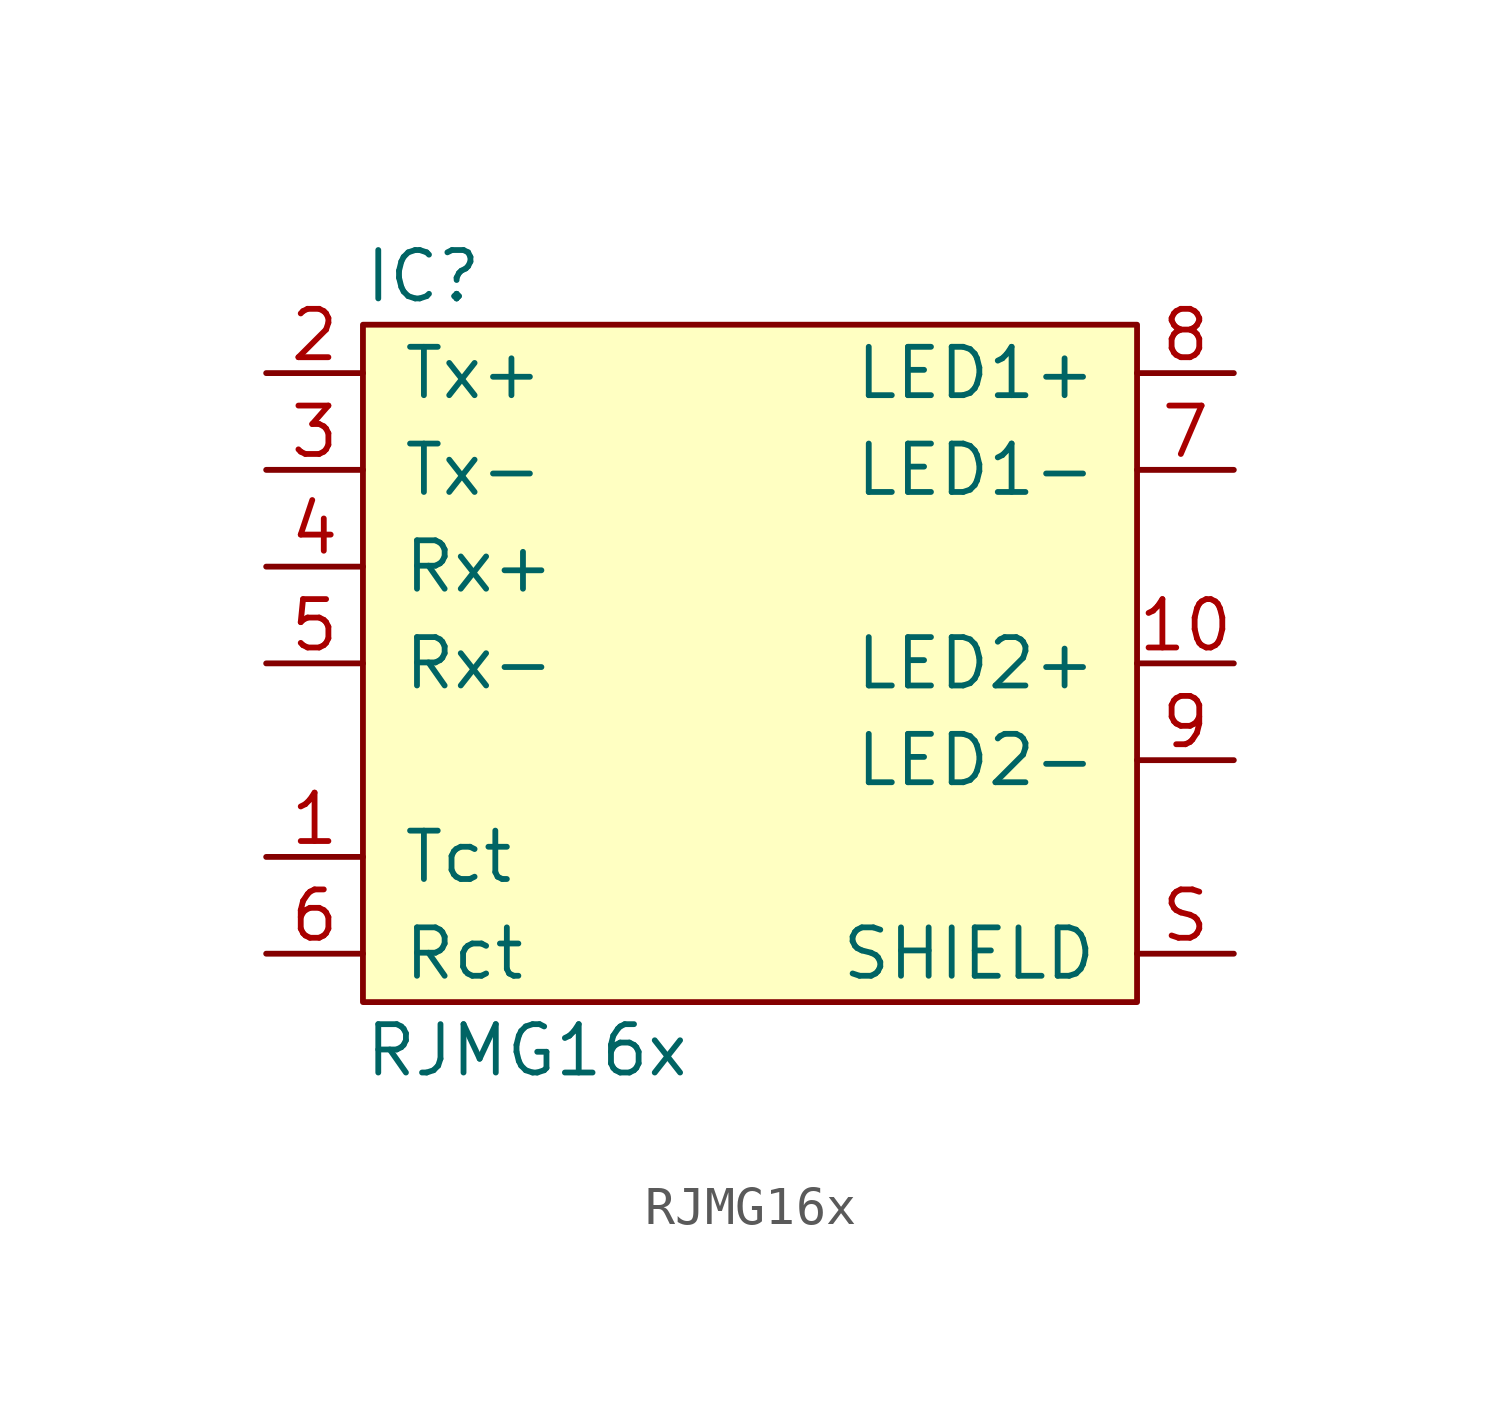
<source format=kicad_sym>
(kicad_symbol_lib
  (version 20211014)
  (generator agg_kicad.build_lib_ic)
  (symbol "RJMG16x"
    (pin_names
      (offset 1.016))
    (property Reference IC
      (at -10.16 10.16 0)
      (effects (font (size 1.27 1.27)) (justify left)))
    (property Value "RJMG16x"
      (at -10.16 -10.16 0)
      (effects (font (size 1.27 1.27)) (justify left)))
    (symbol "RJMG16x_0_0"
      (rectangle (start -10.16 8.89) (end 10.16 -8.89) (stroke (width 0) (type default) (color 0 0 0 0)) (fill (type background)))
      (pin passive line (at -12.7 7.62 0) (length 2.54) (name "Tx+" (effects (font (size 1.27 1.27)))) (number "2" (effects (font (size 1.27 1.27)))))
      (pin passive line (at -12.7 5.08 0) (length 2.54) (name "Tx-" (effects (font (size 1.27 1.27)))) (number "3" (effects (font (size 1.27 1.27)))))
      (pin passive line (at -12.7 2.54 0) (length 2.54) (name "Rx+" (effects (font (size 1.27 1.27)))) (number "4" (effects (font (size 1.27 1.27)))))
      (pin passive line (at -12.7 0 0) (length 2.54) (name "Rx-" (effects (font (size 1.27 1.27)))) (number "5" (effects (font (size 1.27 1.27)))))
      (pin passive line (at -12.7 -5.08 0) (length 2.54) (name Tct (effects (font (size 1.27 1.27)))) (number "1" (effects (font (size 1.27 1.27)))))
      (pin passive line (at -12.7 -7.62 0) (length 2.54) (name Rct (effects (font (size 1.27 1.27)))) (number "6" (effects (font (size 1.27 1.27)))))
      (pin passive line (at 12.7 7.62 180) (length 2.54) (name "LED1+" (effects (font (size 1.27 1.27)))) (number "8" (effects (font (size 1.27 1.27)))))
      (pin passive line (at 12.7 5.08 180) (length 2.54) (name "LED1-" (effects (font (size 1.27 1.27)))) (number "7" (effects (font (size 1.27 1.27)))))
      (pin passive line (at 12.7 0 180) (length 2.54) (name "LED2+" (effects (font (size 1.27 1.27)))) (number "10" (effects (font (size 1.27 1.27)))))
      (pin passive line (at 12.7 -2.54 180) (length 2.54) (name "LED2-" (effects (font (size 1.27 1.27)))) (number "9" (effects (font (size 1.27 1.27)))))
      (pin passive line (at 12.7 -7.62 180) (length 2.54) (name SHIELD (effects (font (size 1.27 1.27)))) (number S (effects (font (size 1.27 1.27))))))))
</source>
